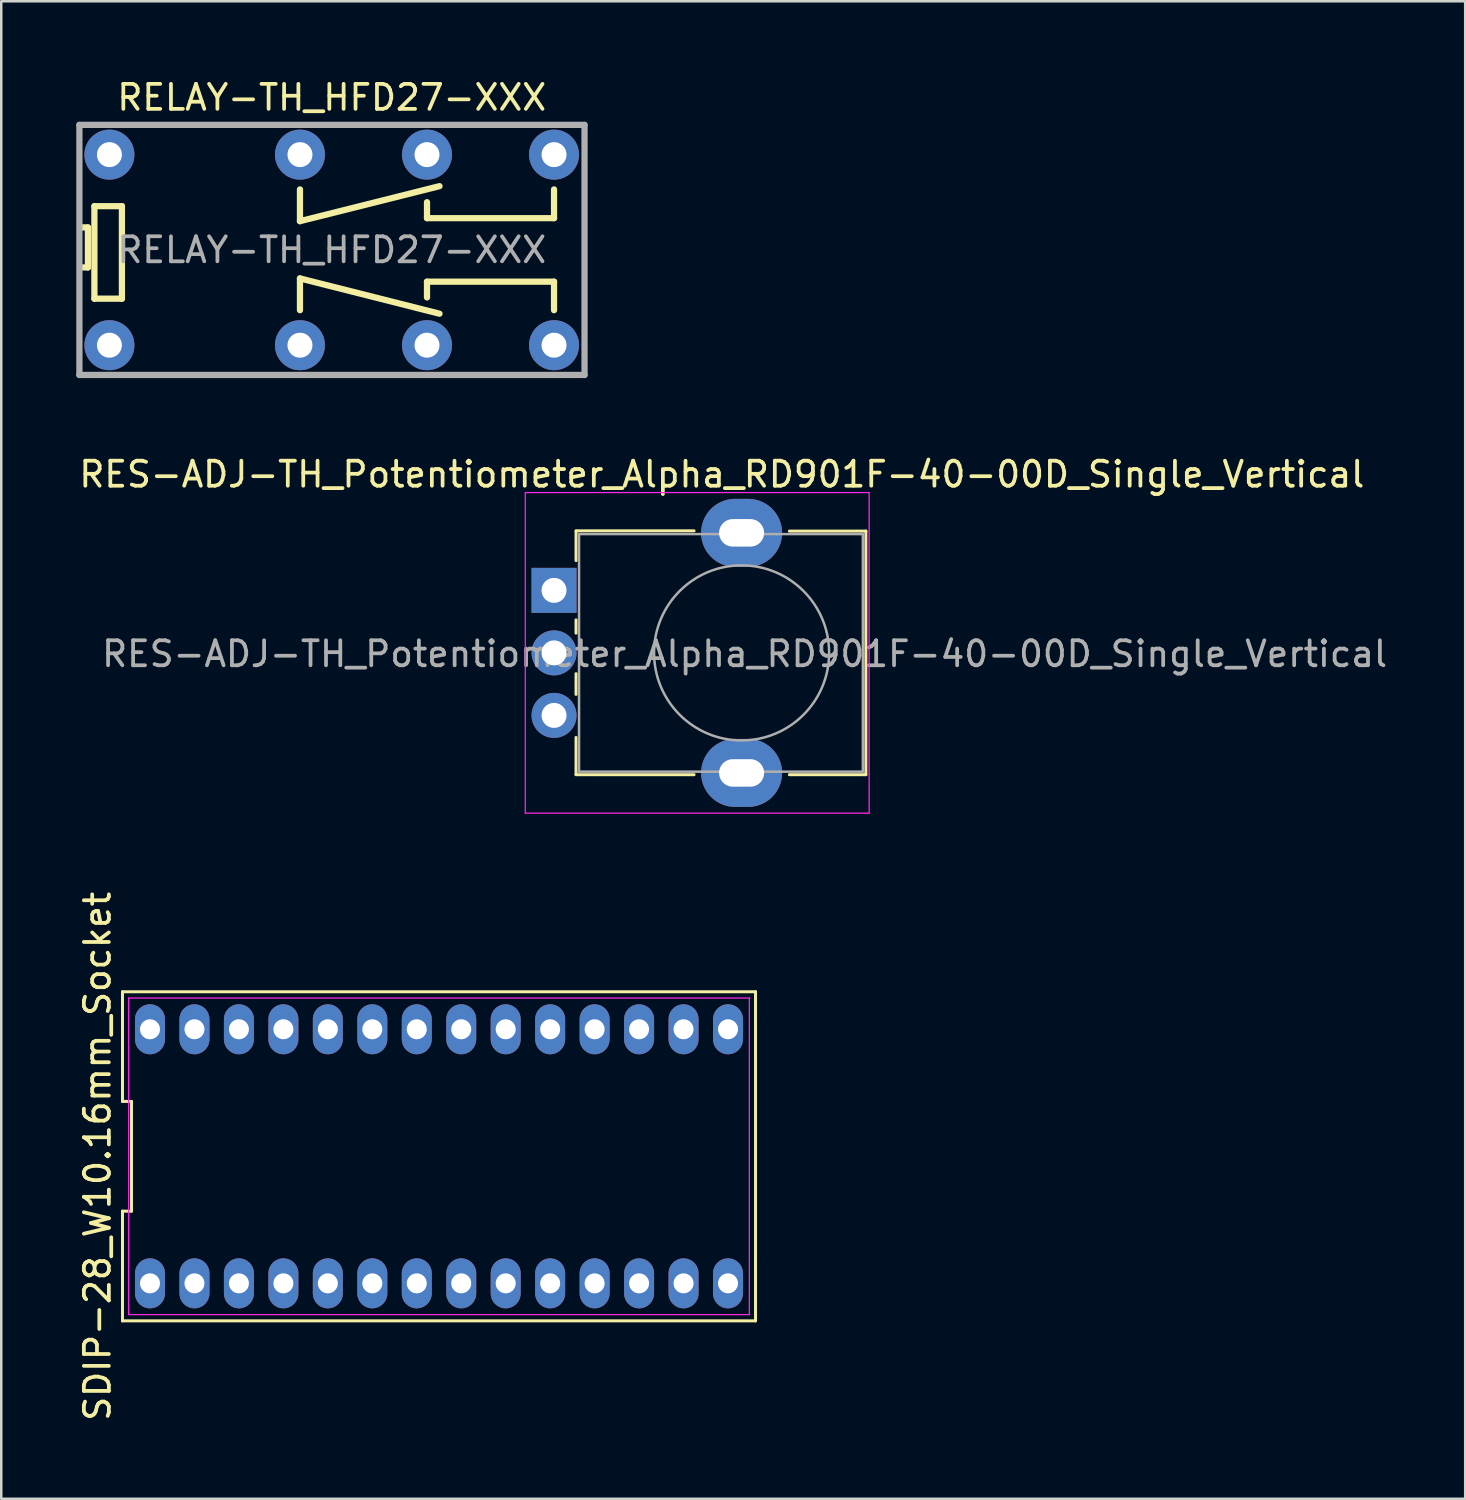
<source format=kicad_pcb>
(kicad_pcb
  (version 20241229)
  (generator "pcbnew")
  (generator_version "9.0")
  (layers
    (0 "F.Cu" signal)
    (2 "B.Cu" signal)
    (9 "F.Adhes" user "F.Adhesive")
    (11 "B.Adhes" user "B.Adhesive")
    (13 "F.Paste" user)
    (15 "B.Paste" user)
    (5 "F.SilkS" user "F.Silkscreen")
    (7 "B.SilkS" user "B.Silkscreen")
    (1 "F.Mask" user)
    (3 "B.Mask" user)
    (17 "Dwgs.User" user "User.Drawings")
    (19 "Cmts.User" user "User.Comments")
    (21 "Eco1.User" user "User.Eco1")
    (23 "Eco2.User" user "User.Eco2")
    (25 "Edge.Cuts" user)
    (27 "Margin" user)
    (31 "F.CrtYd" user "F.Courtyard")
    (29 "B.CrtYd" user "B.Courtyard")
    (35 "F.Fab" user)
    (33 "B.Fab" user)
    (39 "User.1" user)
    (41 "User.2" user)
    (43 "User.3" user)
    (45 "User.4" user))
  (footprint "SDIP-28_W10.16mm_Socket"
    (layer "F.Cu")
    (at 14.505 43.189)
    (property "Reference" "SDIP-28_W10.16mm_Socket" (at -13.657 0 90) (layer "F.SilkS") (effects (font (size 1 1) (thickness 0.15))))
    (attr through_hole)
    (fp_line (start -12.657 -6.58) (end -12.657 -2.193) (stroke (width 0.12) (type default)) (layer "F.SilkS"))
    (fp_line (start -12.657 -2.193) (end -12.297 -2.193) (stroke (width 0.12) (type default)) (layer "F.SilkS"))
    (fp_line (start -12.657 2.193) (end -12.657 6.58) (stroke (width 0.12) (type default)) (layer "F.SilkS"))
    (fp_line (start -12.657 6.58) (end 12.657 6.58) (stroke (width 0.12) (type default)) (layer "F.SilkS"))
    (fp_line (start -12.297 -2.193) (end -12.297 2.193) (stroke (width 0.12) (type default)) (layer "F.SilkS"))
    (fp_line (start -12.297 2.193) (end -12.657 2.193) (stroke (width 0.12) (type default)) (layer "F.SilkS"))
    (fp_line (start 12.657 -6.58) (end -12.657 -6.58) (stroke (width 0.12) (type default)) (layer "F.SilkS"))
    (fp_line (start 12.657 6.58) (end 12.657 -6.58) (stroke (width 0.12) (type default)) (layer "F.SilkS"))
    (fp_line (start -12.41 -6.33) (end 12.41 -6.33) (stroke (width 0.05) (type default)) (layer "F.CrtYd"))
    (fp_line (start -12.41 6.33) (end -12.41 -6.33) (stroke (width 0.05) (type default)) (layer "F.CrtYd"))
    (fp_line (start 12.41 -6.33) (end 12.41 6.33) (stroke (width 0.05) (type default)) (layer "F.CrtYd"))
    (fp_line (start 12.41 6.33) (end -12.41 6.33) (stroke (width 0.05) (type default)) (layer "F.CrtYd"))
    (pad "1" thru_hole oval (at -11.557 5.08) (size 1.2 2) (drill 0.8) (layers "*.Cu" "*.Mask"))
    (pad "2" thru_hole oval (at -9.779 5.08) (size 1.2 2) (drill 0.8) (layers "*.Cu" "*.Mask"))
    (pad "3" thru_hole oval (at -8.001 5.08) (size 1.2 2) (drill 0.8) (layers "*.Cu" "*.Mask"))
    (pad "4" thru_hole oval (at -6.223 5.08) (size 1.2 2) (drill 0.8) (layers "*.Cu" "*.Mask"))
    (pad "5" thru_hole oval (at -4.445 5.08) (size 1.2 2) (drill 0.8) (layers "*.Cu" "*.Mask"))
    (pad "6" thru_hole oval (at -2.667 5.08) (size 1.2 2) (drill 0.8) (layers "*.Cu" "*.Mask"))
    (pad "7" thru_hole oval (at -0.889 5.08) (size 1.2 2) (drill 0.8) (layers "*.Cu" "*.Mask"))
    (pad "8" thru_hole oval (at 0.889 5.08) (size 1.2 2) (drill 0.8) (layers "*.Cu" "*.Mask"))
    (pad "9" thru_hole oval (at 2.667 5.08) (size 1.2 2) (drill 0.8) (layers "*.Cu" "*.Mask"))
    (pad "10" thru_hole oval (at 4.445 5.08) (size 1.2 2) (drill 0.8) (layers "*.Cu" "*.Mask"))
    (pad "11" thru_hole oval (at 6.223 5.08) (size 1.2 2) (drill 0.8) (layers "*.Cu" "*.Mask"))
    (pad "12" thru_hole oval (at 8.001 5.08) (size 1.2 2) (drill 0.8) (layers "*.Cu" "*.Mask"))
    (pad "13" thru_hole oval (at 9.779 5.08) (size 1.2 2) (drill 0.8) (layers "*.Cu" "*.Mask"))
    (pad "14" thru_hole oval (at 11.557 5.08) (size 1.2 2) (drill 0.8) (layers "*.Cu" "*.Mask"))
    (pad "15" thru_hole oval (at 11.557 -5.08) (size 1.2 2) (drill 0.8) (layers "*.Cu" "*.Mask"))
    (pad "16" thru_hole oval (at 9.779 -5.08) (size 1.2 2) (drill 0.8) (layers "*.Cu" "*.Mask"))
    (pad "17" thru_hole oval (at 8.001 -5.08) (size 1.2 2) (drill 0.8) (layers "*.Cu" "*.Mask"))
    (pad "18" thru_hole oval (at 6.223 -5.08) (size 1.2 2) (drill 0.8) (layers "*.Cu" "*.Mask"))
    (pad "19" thru_hole oval (at 4.445 -5.08) (size 1.2 2) (drill 0.8) (layers "*.Cu" "*.Mask"))
    (pad "20" thru_hole oval (at 2.667 -5.08) (size 1.2 2) (drill 0.8) (layers "*.Cu" "*.Mask"))
    (pad "21" thru_hole oval (at 0.889 -5.08) (size 1.2 2) (drill 0.8) (layers "*.Cu" "*.Mask"))
    (pad "22" thru_hole oval (at -0.889 -5.08) (size 1.2 2) (drill 0.8) (layers "*.Cu" "*.Mask"))
    (pad "23" thru_hole oval (at -2.667 -5.08) (size 1.2 2) (drill 0.8) (layers "*.Cu" "*.Mask"))
    (pad "24" thru_hole oval (at -4.445 -5.08) (size 1.2 2) (drill 0.8) (layers "*.Cu" "*.Mask"))
    (pad "25" thru_hole oval (at -6.223 -5.08) (size 1.2 2) (drill 0.8) (layers "*.Cu" "*.Mask"))
    (pad "26" thru_hole oval (at -8.001 -5.08) (size 1.2 2) (drill 0.8) (layers "*.Cu" "*.Mask"))
    (pad "27" thru_hole oval (at -9.779 -5.08) (size 1.2 2) (drill 0.8) (layers "*.Cu" "*.Mask"))
    (pad "28" thru_hole oval (at -11.557 -5.08) (size 1.2 2) (drill 0.8) (layers "*.Cu" "*.Mask")))
  (footprint "RES-ADJ-TH_Potentiometer_Alpha_RD901F-40-00D_Single_Vertical"
    (layer "F.Cu")
    (at 26.605 23.058)
    (property "Reference" "RES-ADJ-TH_Potentiometer_Alpha_RD901F-40-00D_Single_Vertical" (at -0.79 -7.14 180) (layer "F.SilkS") (effects (font (size 1 1) (thickness 0.15))))
    (attr through_hole)
    (fp_line (start -6.62 -4.88) (end -1.9 -4.88) (stroke (width 0.12) (type solid)) (layer "F.SilkS"))
    (fp_line (start -6.62 -3.69) (end -6.62 -4.87) (stroke (width 0.12) (type solid)) (layer "F.SilkS"))
    (fp_line (start -6.62 -0.79) (end -6.62 -1.32) (stroke (width 0.12) (type solid)) (layer "F.SilkS"))
    (fp_line (start -6.62 1.66) (end -6.62 0.83) (stroke (width 0.12) (type solid)) (layer "F.SilkS"))
    (fp_line (start -6.62 4.87) (end -6.62 3.38) (stroke (width 0.12) (type solid)) (layer "F.SilkS"))
    (fp_line (start -6.62 4.87) (end -1.9 4.87) (stroke (width 0.12) (type solid)) (layer "F.SilkS"))
    (fp_line (start 1.91 -4.87) (end 4.97 -4.87) (stroke (width 0.12) (type solid)) (layer "F.SilkS"))
    (fp_line (start 1.91 4.87) (end 4.97 4.87) (stroke (width 0.12) (type solid)) (layer "F.SilkS"))
    (fp_line (start 4.97 4.87) (end 4.97 -4.87) (stroke (width 0.12) (type solid)) (layer "F.SilkS"))
    (fp_line (start -8.65 -6.41) (end -8.65 6.41) (stroke (width 0.05) (type solid)) (layer "F.CrtYd"))
    (fp_line (start -8.65 6.41) (end 5.1 6.41) (stroke (width 0.05) (type solid)) (layer "F.CrtYd"))
    (fp_line (start 5.1 -6.41) (end -8.65 -6.41) (stroke (width 0.05) (type solid)) (layer "F.CrtYd"))
    (fp_line (start 5.1 6.41) (end 5.1 -6.41) (stroke (width 0.05) (type solid)) (layer "F.CrtYd"))
    (fp_line (start -6.5 -4.75) (end 4.85 -4.75) (stroke (width 0.1) (type solid)) (layer "F.Fab"))
    (fp_line (start -6.5 4.75) (end -6.5 -4.75) (stroke (width 0.1) (type solid)) (layer "F.Fab"))
    (fp_line (start -6.5 4.75) (end 4.85 4.75) (stroke (width 0.1) (type solid)) (layer "F.Fab"))
    (fp_line (start 4.85 4.75) (end 4.85 -4.75) (stroke (width 0.1) (type solid)) (layer "F.Fab"))
    (fp_circle (center 0 0) (end 0 -3.5) (stroke (width 0.1) (type solid)) (fill no) (layer "F.Fab"))
    (fp_text user "${REFERENCE}" (at 0.12 0.04 0) (layer "F.Fab") (effects (font (size 1 1) (thickness 0.15))))
    (pad "" thru_hole oval (at 0 -4.8 90) (size 2.72 3.24) (drill oval 1.1 1.8) (layers "*.Cu" "*.Mask"))
    (pad "" thru_hole oval (at 0 4.8 90) (size 2.72 3.24) (drill oval 1.1 1.8) (layers "*.Cu" "*.Mask"))
    (pad "1" thru_hole rect (at -7.5 -2.5 90) (size 1.8 1.8) (drill 1) (layers "*.Cu" "*.Mask"))
    (pad "2" thru_hole circle (at -7.5 0 90) (size 1.8 1.8) (drill 1) (layers "*.Cu" "*.Mask"))
    (pad "3" thru_hole circle (at -7.5 2.5 90) (size 1.8 1.8) (drill 1) (layers "*.Cu" "*.Mask")))
  (footprint "RELAY-TH_HFD27-XXX"
    (layer "F.Cu")
    (at 1.325 10.754)
    (property "Reference" "RELAY-TH_HFD27-XXX" (at 8.89 -9.906 0) (layer "F.SilkS") (effects (font (size 1 1) (thickness 0.15))))
    (attr through_hole)
    (fp_line (start -1.16 -4.71) (end -0.86 -4.71) (stroke (width 0.25) (type solid)) (layer "F.SilkS"))
    (fp_line (start -0.86 -4.71) (end -0.86 -3.11) (stroke (width 0.25) (type solid)) (layer "F.SilkS"))
    (fp_line (start -0.86 -3.11) (end -1.16 -3.11) (stroke (width 0.25) (type solid)) (layer "F.SilkS"))
    (fp_line (start -0.6 -5.56) (end 0.5 -5.56) (stroke (width 0.25) (type solid)) (layer "F.SilkS"))
    (fp_line (start -0.6 -1.86) (end -0.6 -5.56) (stroke (width 0.25) (type solid)) (layer "F.SilkS"))
    (fp_line (start 0.5 -5.56) (end 0.5 -1.86) (stroke (width 0.25) (type solid)) (layer "F.SilkS"))
    (fp_line (start 0.5 -1.86) (end -0.6 -1.86) (stroke (width 0.25) (type solid)) (layer "F.SilkS"))
    (fp_line (start 7.62 -6.23) (end 7.62 -4.96) (stroke (width 0.25) (type solid)) (layer "F.SilkS"))
    (fp_line (start 7.62 -4.96) (end 13.2 -6.36) (stroke (width 0.25) (type solid)) (layer "F.SilkS"))
    (fp_line (start 7.62 -2.67) (end 13.2 -1.26) (stroke (width 0.25) (type solid)) (layer "F.SilkS"))
    (fp_line (start 7.62 -1.4) (end 7.62 -2.67) (stroke (width 0.25) (type solid)) (layer "F.SilkS"))
    (fp_line (start 12.7 -5.08) (end 12.7 -5.72) (stroke (width 0.25) (type solid)) (layer "F.SilkS"))
    (fp_line (start 12.7 -2.54) (end 12.7 -1.91) (stroke (width 0.25) (type solid)) (layer "F.SilkS"))
    (fp_line (start 17.78 -6.23) (end 17.78 -5.08) (stroke (width 0.25) (type solid)) (layer "F.SilkS"))
    (fp_line (start 17.78 -5.08) (end 12.7 -5.08) (stroke (width 0.25) (type solid)) (layer "F.SilkS"))
    (fp_line (start 17.78 -2.54) (end 12.7 -2.54) (stroke (width 0.25) (type solid)) (layer "F.SilkS"))
    (fp_line (start 17.78 -1.4) (end 17.78 -2.54) (stroke (width 0.25) (type solid)) (layer "F.SilkS"))
    (fp_line (start -1.2 -8.81) (end 19 -8.81) (stroke (width 0.25) (type solid)) (layer "F.Fab"))
    (fp_line (start -1.2 1.19) (end -1.2 -8.81) (stroke (width 0.25) (type solid)) (layer "F.Fab"))
    (fp_line (start 19 -8.81) (end 19 1.19) (stroke (width 0.25) (type solid)) (layer "F.Fab"))
    (fp_line (start 19 1.19) (end -1.2 1.19) (stroke (width 0.25) (type solid)) (layer "F.Fab"))
    (fp_text user "${REFERENCE}" (at 8.89 -3.81 0) (layer "F.Fab") (effects (font (size 1 1) (thickness 0.15))))
    (pad "1" thru_hole circle (at 0 0) (size 2 2) (drill 1) (layers "*.Cu" "*.Paste" "*.Mask"))
    (pad "4" thru_hole circle (at 7.62 0) (size 2 2) (drill 1) (layers "*.Cu" "*.Paste" "*.Mask"))
    (pad "6" thru_hole circle (at 12.7 0) (size 2 2) (drill 1) (layers "*.Cu" "*.Paste" "*.Mask"))
    (pad "8" thru_hole circle (at 17.78 0) (size 2 2) (drill 1) (layers "*.Cu" "*.Paste" "*.Mask"))
    (pad "9" thru_hole circle (at 17.78 -7.62) (size 2 2) (drill 1) (layers "*.Cu" "*.Paste" "*.Mask"))
    (pad "11" thru_hole circle (at 12.7 -7.62) (size 2 2) (drill 1) (layers "*.Cu" "*.Paste" "*.Mask"))
    (pad "13" thru_hole circle (at 7.62 -7.62) (size 2 2) (drill 1) (layers "*.Cu" "*.Paste" "*.Mask"))
    (pad "16" thru_hole circle (at 0 -7.62) (size 2 2) (drill 1) (layers "*.Cu" "*.Paste" "*.Mask")))
  (gr_rect
    (start -3 -3)
    (end 55.541 56.885)
    (stroke (width 0.1) (type default))
    (fill no)
    (layer "Edge.Cuts")))
</source>
